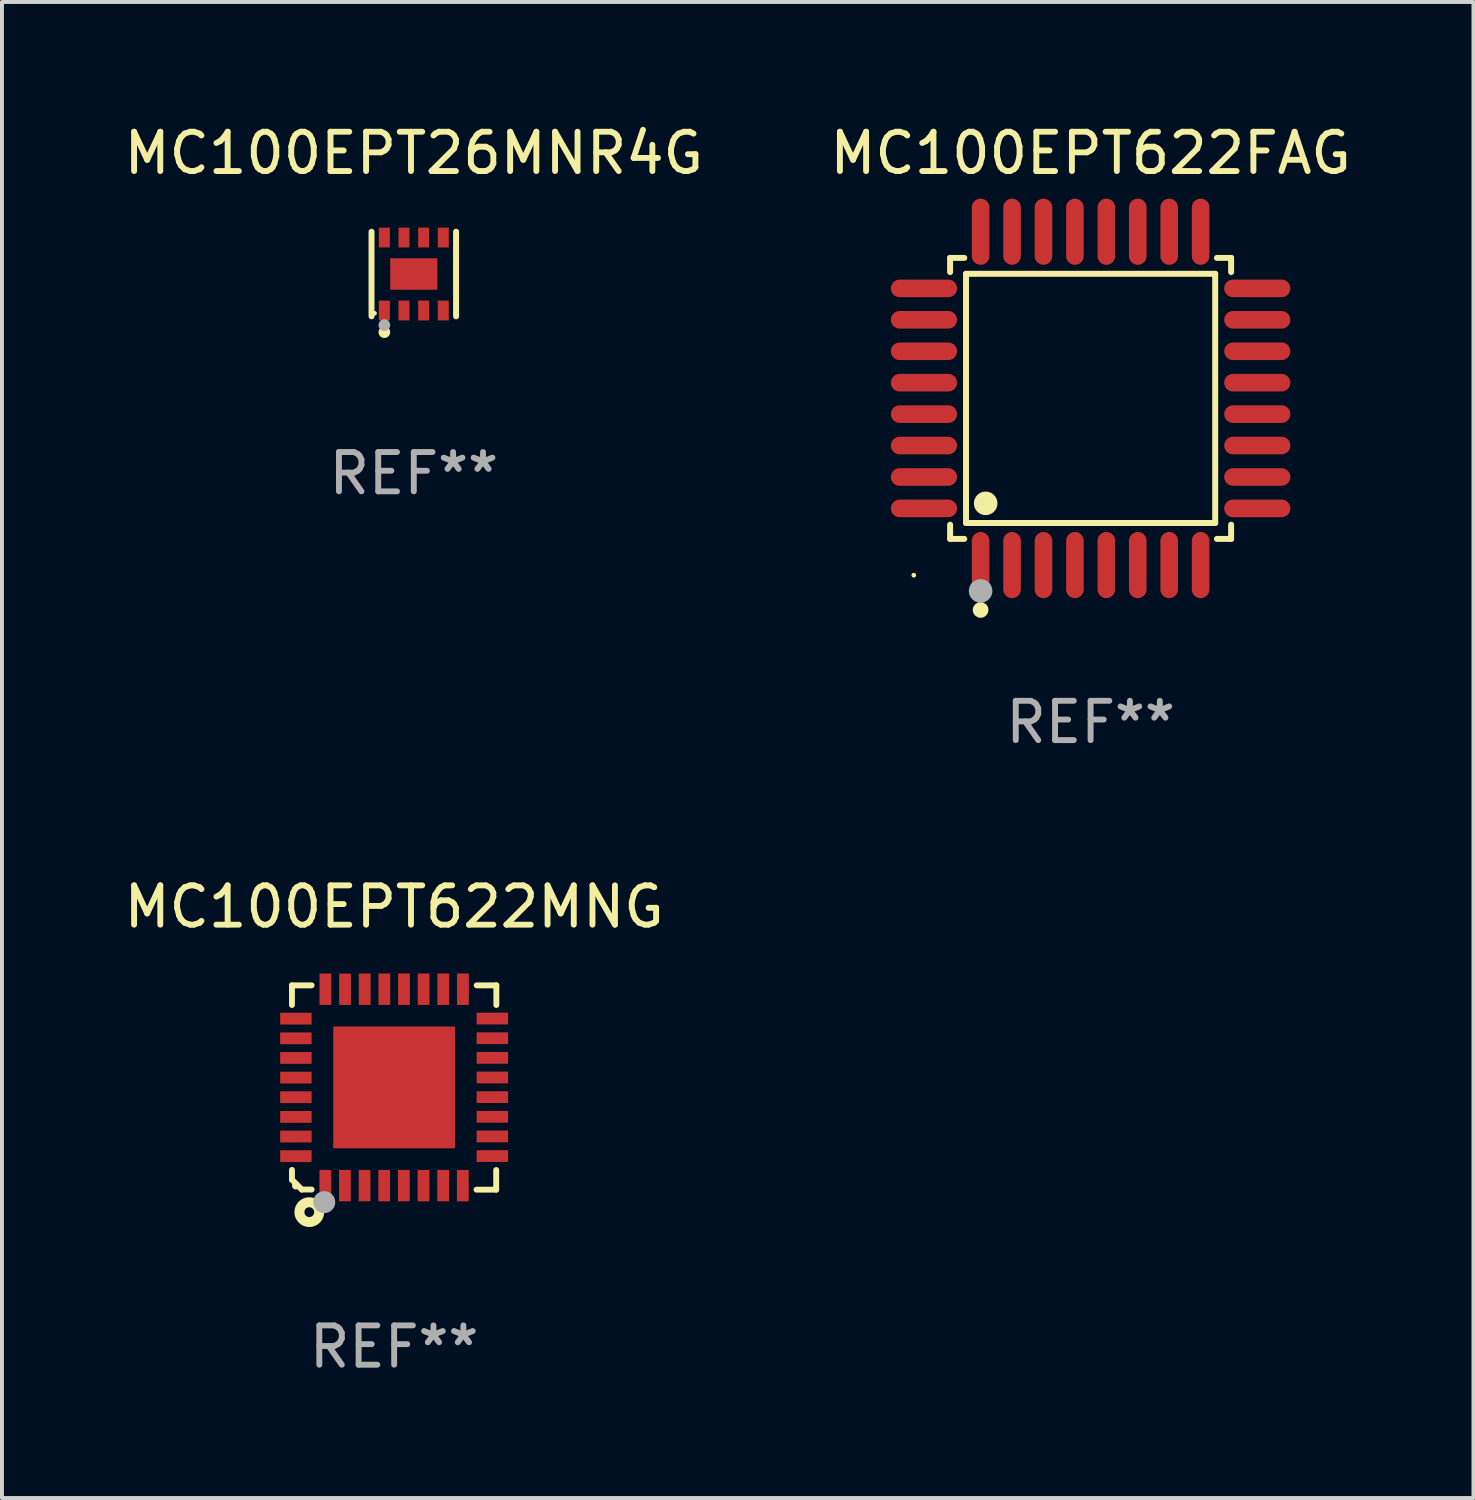
<source format=kicad_pcb>
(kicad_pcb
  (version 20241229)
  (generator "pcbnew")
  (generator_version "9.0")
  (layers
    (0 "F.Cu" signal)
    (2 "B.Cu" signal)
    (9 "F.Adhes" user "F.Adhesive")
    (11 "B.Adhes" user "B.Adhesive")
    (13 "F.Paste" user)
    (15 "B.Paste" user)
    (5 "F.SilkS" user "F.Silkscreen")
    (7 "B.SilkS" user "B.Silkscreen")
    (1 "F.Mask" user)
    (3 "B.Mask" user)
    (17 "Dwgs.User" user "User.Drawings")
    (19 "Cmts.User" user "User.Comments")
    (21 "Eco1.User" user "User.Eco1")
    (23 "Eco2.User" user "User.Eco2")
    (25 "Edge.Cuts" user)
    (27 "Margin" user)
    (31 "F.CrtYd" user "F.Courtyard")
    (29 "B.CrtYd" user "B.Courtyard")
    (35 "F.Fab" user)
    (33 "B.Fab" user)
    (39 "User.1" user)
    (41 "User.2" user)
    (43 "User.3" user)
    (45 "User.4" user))
  (footprint "MC100EPT622FAG"
    (layer "F.Cu")
    (at 24.708 7.09)
    (property "Reference" "MC100EPT622FAG" (at 0 -6.242 0) (layer "F.SilkS") (effects (font (size 1 1) (thickness 0.15))))
    (attr through_hole)
    (fp_line (start -3.576 -3.576) (end -3.215 -3.576) (stroke (width 0.152) (type solid)) (layer "F.SilkS"))
    (fp_line (start -3.576 -3.215) (end -3.576 -3.576) (stroke (width 0.152) (type solid)) (layer "F.SilkS"))
    (fp_line (start -3.576 3.215) (end -3.576 3.576) (stroke (width 0.152) (type solid)) (layer "F.SilkS"))
    (fp_line (start -3.576 3.576) (end -3.215 3.576) (stroke (width 0.152) (type solid)) (layer "F.SilkS"))
    (fp_line (start -3.171 -3.171) (end 3.171 -3.171) (stroke (width 0.152) (type solid)) (layer "F.SilkS"))
    (fp_line (start -3.171 3.171) (end -3.171 -3.171) (stroke (width 0.152) (type solid)) (layer "F.SilkS"))
    (fp_line (start 3.171 -3.171) (end 3.171 3.171) (stroke (width 0.152) (type solid)) (layer "F.SilkS"))
    (fp_line (start 3.171 3.171) (end -3.171 3.171) (stroke (width 0.152) (type solid)) (layer "F.SilkS"))
    (fp_line (start 3.576 -3.576) (end 3.215 -3.576) (stroke (width 0.152) (type solid)) (layer "F.SilkS"))
    (fp_line (start 3.576 -3.215) (end 3.576 -3.576) (stroke (width 0.152) (type solid)) (layer "F.SilkS"))
    (fp_line (start 3.576 3.215) (end 3.576 3.576) (stroke (width 0.152) (type solid)) (layer "F.SilkS"))
    (fp_line (start 3.576 3.576) (end 3.215 3.576) (stroke (width 0.152) (type solid)) (layer "F.SilkS"))
    (fp_circle (center -4.5 4.5) (end -4.47 4.5) (stroke (width 0.06) (type solid)) (fill no) (layer "F.SilkS"))
    (fp_circle (center -2.8 5.384) (end -2.7 5.384) (stroke (width 0.2) (type solid)) (fill no) (layer "F.SilkS"))
    (fp_circle (center -2.671 2.671) (end -2.521 2.671) (stroke (width 0.3) (type solid)) (fill no) (layer "F.SilkS"))
    (fp_circle (center -2.8 4.9) (end -2.65 4.9) (stroke (width 0.3) (type solid)) (fill no) (layer "F.Fab"))
    (fp_text user "REF**" (at 0 8.242 0) (layer "F.Fab") (effects (font (size 1 1) (thickness 0.15))))
    (pad "1" smd oval (at -2.8 4.242) (size 0.448 1.684) (layers "F.Cu" "F.Mask" "F.Paste"))
    (pad "2" smd oval (at -2 4.242) (size 0.448 1.684) (layers "F.Cu" "F.Mask" "F.Paste"))
    (pad "3" smd oval (at -1.2 4.242) (size 0.448 1.684) (layers "F.Cu" "F.Mask" "F.Paste"))
    (pad "4" smd oval (at -0.4 4.242) (size 0.448 1.684) (layers "F.Cu" "F.Mask" "F.Paste"))
    (pad "5" smd oval (at 0.4 4.242) (size 0.448 1.684) (layers "F.Cu" "F.Mask" "F.Paste"))
    (pad "6" smd oval (at 1.2 4.242) (size 0.448 1.684) (layers "F.Cu" "F.Mask" "F.Paste"))
    (pad "7" smd oval (at 2 4.242) (size 0.448 1.684) (layers "F.Cu" "F.Mask" "F.Paste"))
    (pad "8" smd oval (at 2.8 4.242) (size 0.448 1.684) (layers "F.Cu" "F.Mask" "F.Paste"))
    (pad "9" smd oval (at 4.242 2.8) (size 1.684 0.448) (layers "F.Cu" "F.Mask" "F.Paste"))
    (pad "10" smd oval (at 4.242 2) (size 1.684 0.448) (layers "F.Cu" "F.Mask" "F.Paste"))
    (pad "11" smd oval (at 4.242 1.2) (size 1.684 0.448) (layers "F.Cu" "F.Mask" "F.Paste"))
    (pad "12" smd oval (at 4.242 0.4) (size 1.684 0.448) (layers "F.Cu" "F.Mask" "F.Paste"))
    (pad "13" smd oval (at 4.242 -0.4) (size 1.684 0.448) (layers "F.Cu" "F.Mask" "F.Paste"))
    (pad "14" smd oval (at 4.242 -1.2) (size 1.684 0.448) (layers "F.Cu" "F.Mask" "F.Paste"))
    (pad "15" smd oval (at 4.242 -2) (size 1.684 0.448) (layers "F.Cu" "F.Mask" "F.Paste"))
    (pad "16" smd oval (at 4.242 -2.8) (size 1.684 0.448) (layers "F.Cu" "F.Mask" "F.Paste"))
    (pad "17" smd oval (at 2.8 -4.242) (size 0.448 1.684) (layers "F.Cu" "F.Mask" "F.Paste"))
    (pad "18" smd oval (at 2 -4.242) (size 0.448 1.684) (layers "F.Cu" "F.Mask" "F.Paste"))
    (pad "19" smd oval (at 1.2 -4.242) (size 0.448 1.684) (layers "F.Cu" "F.Mask" "F.Paste"))
    (pad "20" smd oval (at 0.4 -4.242) (size 0.448 1.684) (layers "F.Cu" "F.Mask" "F.Paste"))
    (pad "21" smd oval (at -0.4 -4.242) (size 0.448 1.684) (layers "F.Cu" "F.Mask" "F.Paste"))
    (pad "22" smd oval (at -1.2 -4.242) (size 0.448 1.684) (layers "F.Cu" "F.Mask" "F.Paste"))
    (pad "23" smd oval (at -2 -4.242) (size 0.448 1.684) (layers "F.Cu" "F.Mask" "F.Paste"))
    (pad "24" smd oval (at -2.8 -4.242) (size 0.448 1.684) (layers "F.Cu" "F.Mask" "F.Paste"))
    (pad "25" smd oval (at -4.242 -2.8) (size 1.684 0.448) (layers "F.Cu" "F.Mask" "F.Paste"))
    (pad "26" smd oval (at -4.242 -2) (size 1.684 0.448) (layers "F.Cu" "F.Mask" "F.Paste"))
    (pad "27" smd oval (at -4.242 -1.2) (size 1.684 0.448) (layers "F.Cu" "F.Mask" "F.Paste"))
    (pad "28" smd oval (at -4.242 -0.4) (size 1.684 0.448) (layers "F.Cu" "F.Mask" "F.Paste"))
    (pad "29" smd oval (at -4.242 0.4) (size 1.684 0.448) (layers "F.Cu" "F.Mask" "F.Paste"))
    (pad "30" smd oval (at -4.242 1.2) (size 1.684 0.448) (layers "F.Cu" "F.Mask" "F.Paste"))
    (pad "31" smd oval (at -4.242 2) (size 1.684 0.448) (layers "F.Cu" "F.Mask" "F.Paste"))
    (pad "32" smd oval (at -4.242 2.8) (size 1.684 0.448) (layers "F.Cu" "F.Mask" "F.Paste")))
  (footprint "MC100EPT622MNG"
    (layer "F.Cu")
    (at 6.982 24.629)
    (property "Reference" "MC100EPT622MNG" (at 0 -4.6 0) (layer "F.SilkS") (effects (font (size 1 1) (thickness 0.15))))
    (attr through_hole)
    (fp_line (start -2.601 2.097) (end -2.601 2.347) (stroke (width 0.15) (type solid)) (layer "F.SilkS"))
    (fp_line (start -2.601 2.347) (end -2.351 2.597) (stroke (width 0.15) (type solid)) (layer "F.SilkS"))
    (fp_line (start -2.601 -2.6) (end -2.601 -2.1) (stroke (width 0.15) (type solid)) (layer "F.SilkS"))
    (fp_line (start -2.601 -2.6) (end -2.101 -2.6) (stroke (width 0.15) (type solid)) (layer "F.SilkS"))
    (fp_line (start -2.351 2.597) (end -2.101 2.597) (stroke (width 0.15) (type solid)) (layer "F.SilkS"))
    (fp_line (start 2.597 2.6) (end 2.097 2.6) (stroke (width 0.15) (type solid)) (layer "F.SilkS"))
    (fp_line (start 2.597 2.6) (end 2.597 2.1) (stroke (width 0.15) (type solid)) (layer "F.SilkS"))
    (fp_line (start 2.601 -2.6) (end 2.101 -2.6) (stroke (width 0.15) (type solid)) (layer "F.SilkS"))
    (fp_line (start 2.601 -2.6) (end 2.601 -2.1) (stroke (width 0.15) (type solid)) (layer "F.SilkS"))
    (fp_circle (center -2.501 2.497) (end -2.451 2.497) (stroke (width 0.1) (type solid)) (fill no) (layer "F.SilkS"))
    (fp_circle (center -2.16 3.172) (end -2.035 3.172) (stroke (width 0.254) (type solid)) (fill no) (layer "F.SilkS"))
    (fp_circle (center -1.779 2.918) (end -1.639 2.918) (stroke (width 0.28) (type solid)) (fill no) (layer "F.Fab"))
    (fp_text user "REF**" (at 0 6.6 0) (layer "F.Fab") (effects (font (size 1 1) (thickness 0.15))))
    (pad "1" smd rect (at -1.751 2.497) (size 0.3 0.8) (layers "F.Cu" "F.Mask" "F.Paste"))
    (pad "2" smd rect (at -1.253 2.497) (size 0.3 0.8) (layers "F.Cu" "F.Mask" "F.Paste"))
    (pad "3" smd rect (at -0.753 2.497) (size 0.3 0.8) (layers "F.Cu" "F.Mask" "F.Paste"))
    (pad "4" smd rect (at -0.253 2.497) (size 0.3 0.8) (layers "F.Cu" "F.Mask" "F.Paste"))
    (pad "5" smd rect (at 0.247 2.497) (size 0.3 0.8) (layers "F.Cu" "F.Mask" "F.Paste"))
    (pad "6" smd rect (at 0.747 2.497) (size 0.3 0.8) (layers "F.Cu" "F.Mask" "F.Paste"))
    (pad "7" smd rect (at 1.247 2.497) (size 0.3 0.8) (layers "F.Cu" "F.Mask" "F.Paste"))
    (pad "8" smd rect (at 1.747 2.497) (size 0.3 0.8) (layers "F.Cu" "F.Mask" "F.Paste"))
    (pad "9" smd rect (at 2.499 1.745) (size 0.8 0.3) (layers "F.Cu" "F.Mask" "F.Paste"))
    (pad "10" smd rect (at 2.499 1.245) (size 0.8 0.3) (layers "F.Cu" "F.Mask" "F.Paste"))
    (pad "11" smd rect (at 2.499 0.745) (size 0.8 0.3) (layers "F.Cu" "F.Mask" "F.Paste"))
    (pad "12" smd rect (at 2.499 0.245) (size 0.8 0.3) (layers "F.Cu" "F.Mask" "F.Paste"))
    (pad "13" smd rect (at 2.499 -0.255) (size 0.8 0.3) (layers "F.Cu" "F.Mask" "F.Paste"))
    (pad "14" smd rect (at 2.499 -0.755) (size 0.8 0.3) (layers "F.Cu" "F.Mask" "F.Paste"))
    (pad "15" smd rect (at 2.499 -1.255) (size 0.8 0.3) (layers "F.Cu" "F.Mask" "F.Paste"))
    (pad "16" smd rect (at 2.499 -1.755) (size 0.8 0.3) (layers "F.Cu" "F.Mask" "F.Paste"))
    (pad "17" smd rect (at 1.75 -2.502) (size 0.3 0.8) (layers "F.Cu" "F.Mask" "F.Paste"))
    (pad "18" smd rect (at 1.25 -2.502) (size 0.3 0.8) (layers "F.Cu" "F.Mask" "F.Paste"))
    (pad "19" smd rect (at 0.75 -2.502) (size 0.3 0.8) (layers "F.Cu" "F.Mask" "F.Paste"))
    (pad "20" smd rect (at 0.25 -2.502) (size 0.3 0.8) (layers "F.Cu" "F.Mask" "F.Paste"))
    (pad "21" smd rect (at -0.25 -2.502) (size 0.3 0.8) (layers "F.Cu" "F.Mask" "F.Paste"))
    (pad "22" smd rect (at -0.75 -2.502) (size 0.3 0.8) (layers "F.Cu" "F.Mask" "F.Paste"))
    (pad "23" smd rect (at -1.25 -2.502) (size 0.3 0.8) (layers "F.Cu" "F.Mask" "F.Paste"))
    (pad "24" smd rect (at -1.75 -2.502) (size 0.3 0.8) (layers "F.Cu" "F.Mask" "F.Paste"))
    (pad "25" smd rect (at -2.501 -1.753) (size 0.8 0.3) (layers "F.Cu" "F.Mask" "F.Paste"))
    (pad "26" smd rect (at -2.501 -1.252) (size 0.8 0.3) (layers "F.Cu" "F.Mask" "F.Paste"))
    (pad "27" smd rect (at -2.501 -0.753) (size 0.8 0.3) (layers "F.Cu" "F.Mask" "F.Paste"))
    (pad "28" smd rect (at -2.501 -0.252) (size 0.8 0.3) (layers "F.Cu" "F.Mask" "F.Paste"))
    (pad "29" smd rect (at -2.501 0.247) (size 0.8 0.3) (layers "F.Cu" "F.Mask" "F.Paste"))
    (pad "30" smd rect (at -2.501 0.748) (size 0.8 0.3) (layers "F.Cu" "F.Mask" "F.Paste"))
    (pad "31" smd rect (at -2.501 1.247) (size 0.8 0.3) (layers "F.Cu" "F.Mask" "F.Paste"))
    (pad "32" smd rect (at -2.501 1.748) (size 0.8 0.3) (layers "F.Cu" "F.Mask" "F.Paste"))
    (pad "33" smd rect (at -0.001 -0.003 180) (size 3.1 3.1) (layers "F.Cu" "F.Mask" "F.Paste")))
  (footprint "MC100EPT26MNR4G"
    (layer "F.Cu")
    (at 7.482 3.924)
    (property "Reference" "MC100EPT26MNR4G" (at 0 -3.076 0) (layer "F.SilkS") (effects (font (size 1 1) (thickness 0.15))))
    (attr through_hole)
    (fp_line (start -1.076 1.076) (end -1.076 -1.076) (stroke (width 0.152) (type solid)) (layer "F.SilkS"))
    (fp_line (start 1.076 1.076) (end 1.076 -1.076) (stroke (width 0.152) (type solid)) (layer "F.SilkS"))
    (fp_circle (center -1 1) (end -0.97 1) (stroke (width 0.06) (type solid)) (fill no) (layer "F.SilkS"))
    (fp_circle (center -0.75 1.48) (end -0.675 1.48) (stroke (width 0.15) (type solid)) (fill no) (layer "F.SilkS"))
    (fp_circle (center -0.75 1.3) (end -0.675 1.3) (stroke (width 0.15) (type solid)) (fill no) (layer "F.Fab"))
    (fp_text user "REF**" (at 0 5.076 0) (layer "F.Fab") (effects (font (size 1 1) (thickness 0.15))))
    (pad "1" smd rect (at -0.75 0.928) (size 0.28 0.505) (layers "F.Cu" "F.Mask" "F.Paste"))
    (pad "2" smd rect (at -0.25 0.928) (size 0.28 0.505) (layers "F.Cu" "F.Mask" "F.Paste"))
    (pad "3" smd rect (at 0.25 0.928) (size 0.28 0.505) (layers "F.Cu" "F.Mask" "F.Paste"))
    (pad "4" smd rect (at 0.75 0.928) (size 0.28 0.505) (layers "F.Cu" "F.Mask" "F.Paste"))
    (pad "5" smd rect (at 0.75 -0.928) (size 0.28 0.505) (layers "F.Cu" "F.Mask" "F.Paste"))
    (pad "6" smd rect (at 0.25 -0.928) (size 0.28 0.505) (layers "F.Cu" "F.Mask" "F.Paste"))
    (pad "7" smd rect (at -0.25 -0.928) (size 0.28 0.505) (layers "F.Cu" "F.Mask" "F.Paste"))
    (pad "8" smd rect (at -0.75 -0.928) (size 0.28 0.505) (layers "F.Cu" "F.Mask" "F.Paste"))
    (pad "9" smd rect (at 0 0) (size 1.2 0.8) (layers "F.Cu" "F.Mask" "F.Paste")))
  (gr_rect
    (start -3 -3)
    (end 34.452 35.077)
    (stroke (width 0.1) (type default))
    (fill no)
    (layer "Edge.Cuts")))
</source>
